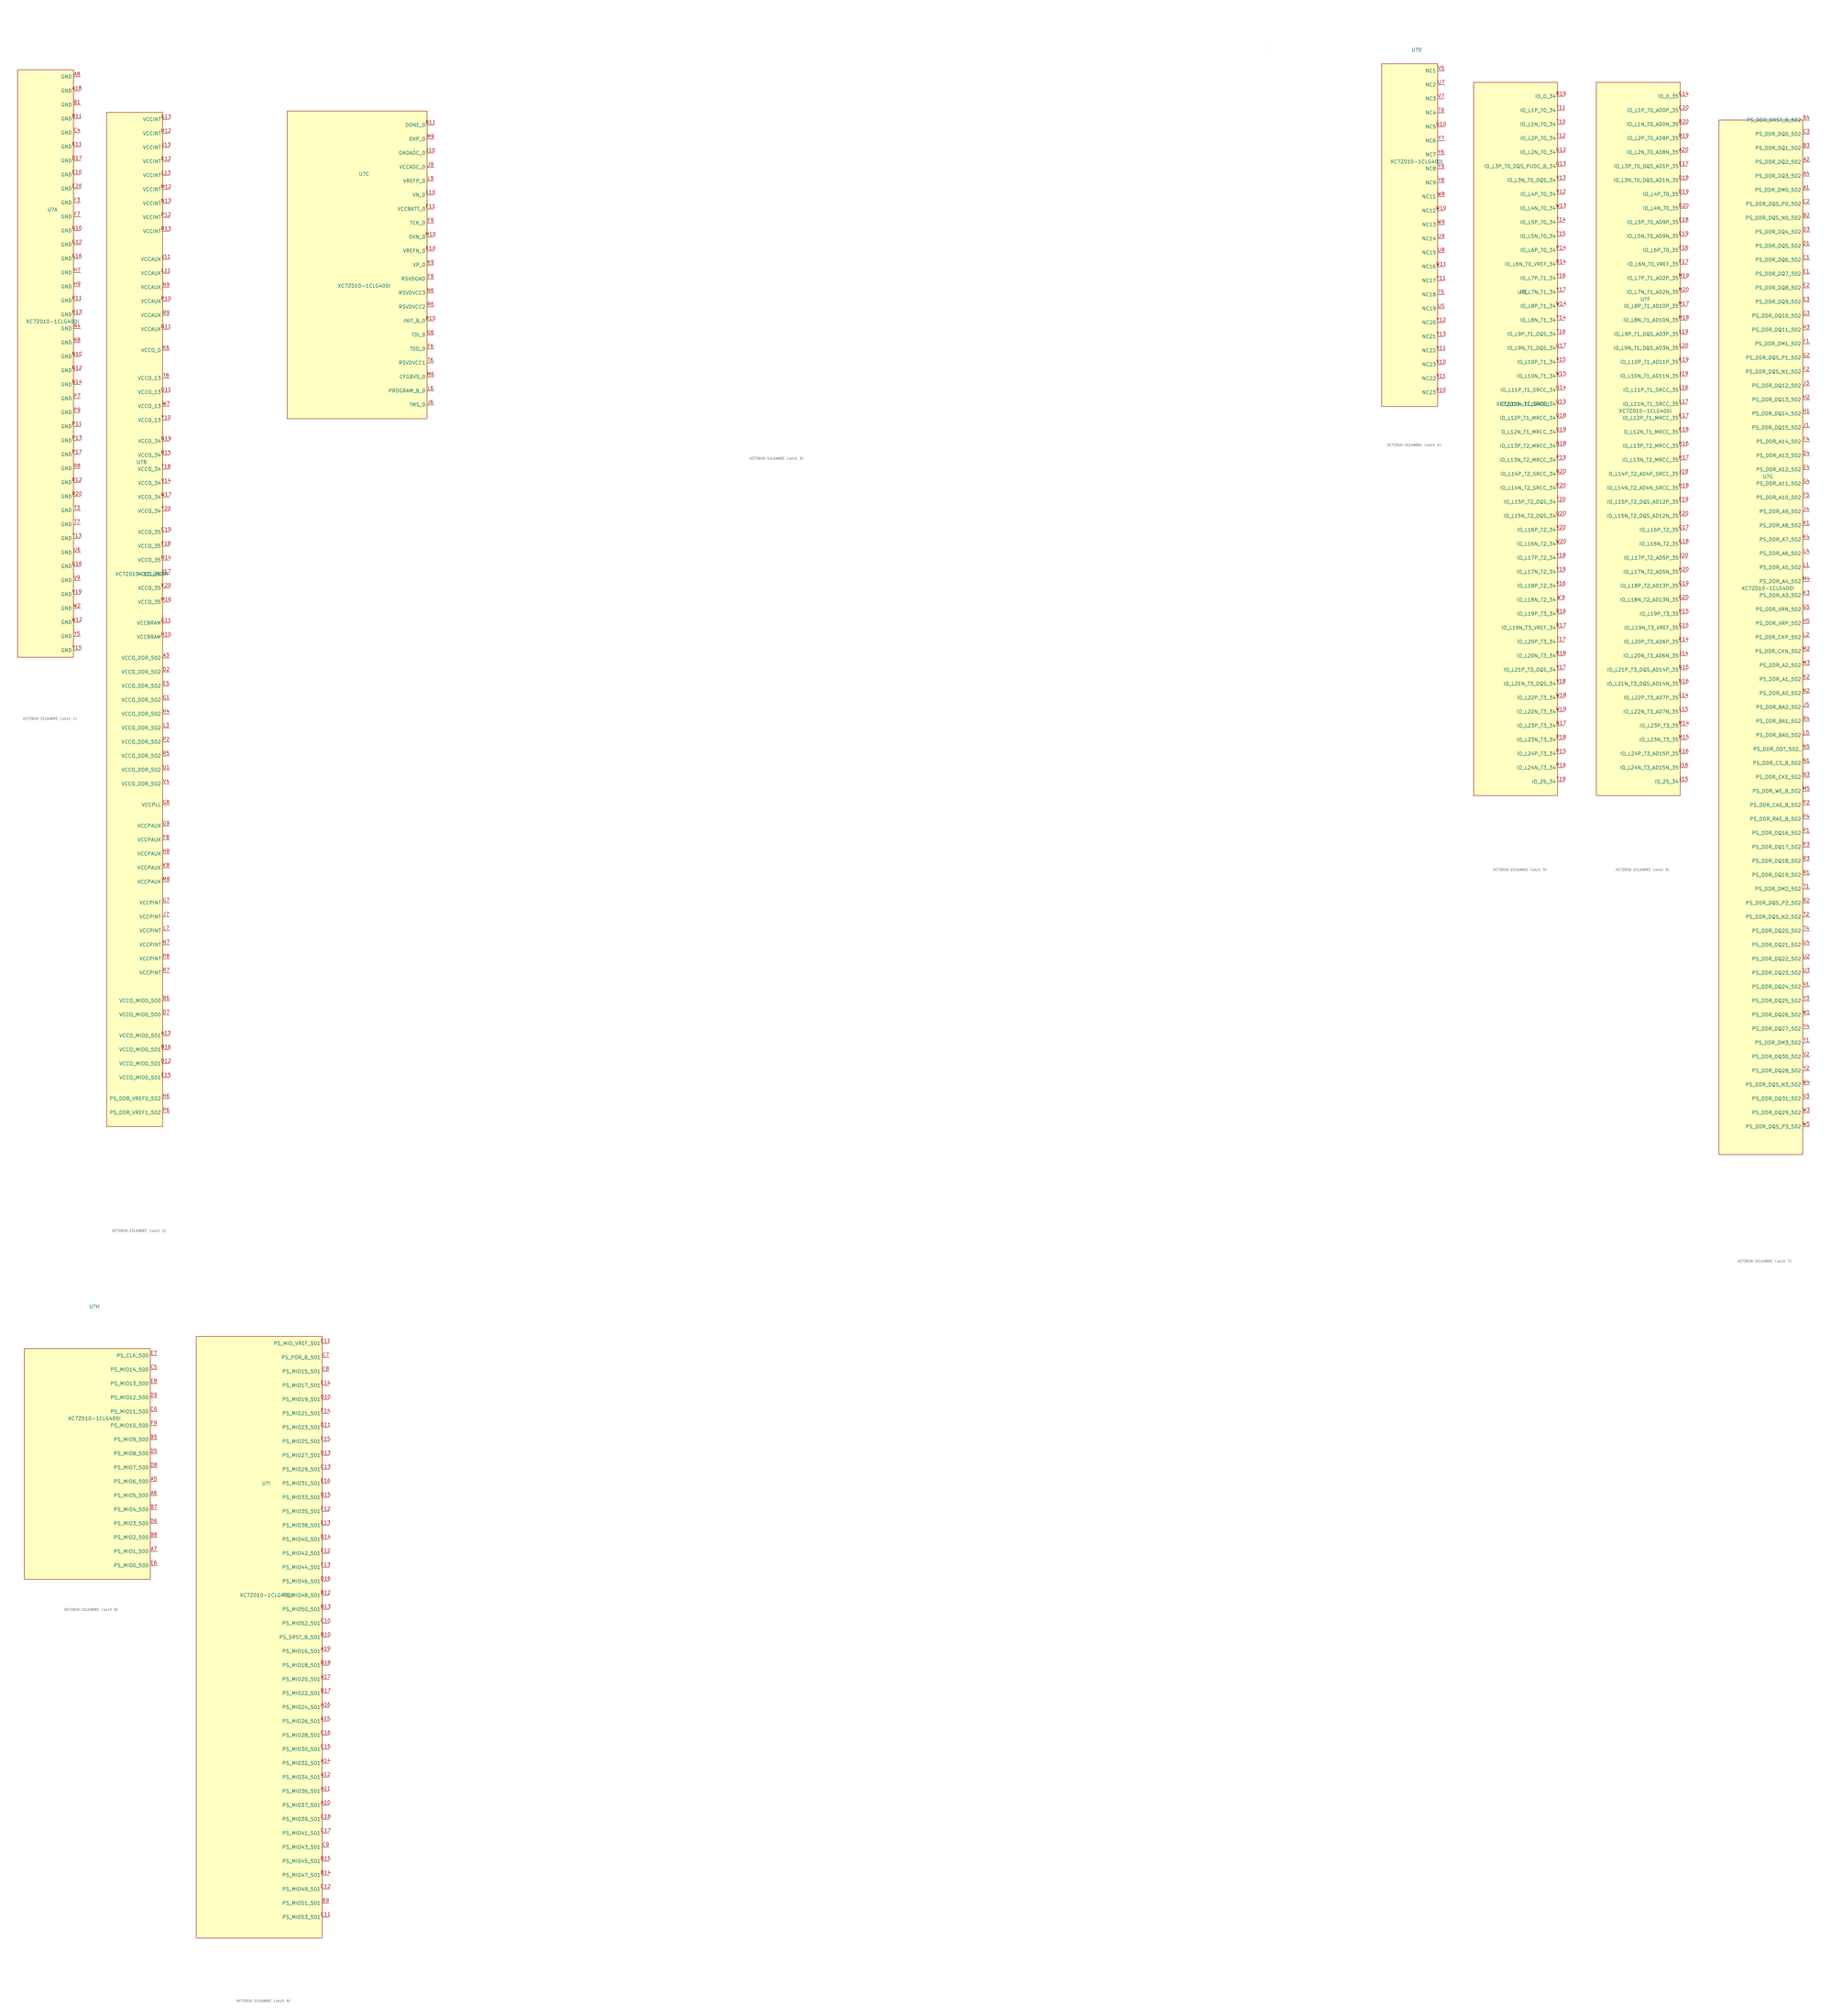
<source format=kicad_sym>
(kicad_symbol_lib
  (version 20220914)
  (generator kicad_symbol_editor)
  (symbol "XC7Z010-1CLG400I"
    (property "Reference" "U"
      (at 2.54 55.88 0)
      (effects (font (size 1.27 1.27))))
    (property "Value" "XC7Z010-1CLG400I"
      (at 2.54 15.24 0)
      (do_not_autoplace)
      (effects (font (size 1.27 1.27))))
    (symbol "XC7Z010-1CLG400I_1_1"
      (rectangle (start -10.16 106.68) (end 10.16 -106.68) (stroke (width 0) (type default)) (fill (type background)))
      (pin power_in line (at 12.7 99.06 180) (length 2.54) (name "GND" (effects (font (size 1.27 1.27)))) (number "A18" (effects (font (size 1.27 1.27)))))
      (pin power_in line (at 12.7 104.14 180) (length 2.54) (name "GND" (effects (font (size 1.27 1.27)))) (number "A8" (effects (font (size 1.27 1.27)))))
      (pin power_in line (at 12.7 93.98 180) (length 2.54) (name "GND" (effects (font (size 1.27 1.27)))) (number "B1" (effects (font (size 1.27 1.27)))))
      (pin power_in line (at 12.7 88.9 180) (length 2.54) (name "GND" (effects (font (size 1.27 1.27)))) (number "B11" (effects (font (size 1.27 1.27)))))
      (pin power_in line (at 12.7 83.82 180) (length 2.54) (name "GND" (effects (font (size 1.27 1.27)))) (number "C4" (effects (font (size 1.27 1.27)))))
      (pin power_in line (at 12.7 73.66 180) (length 2.54) (name "GND" (effects (font (size 1.27 1.27)))) (number "D17" (effects (font (size 1.27 1.27)))))
      (pin power_in line (at 12.7 68.58 180) (length 2.54) (name "GND" (effects (font (size 1.27 1.27)))) (number "E10" (effects (font (size 1.27 1.27)))))
      (pin power_in line (at 12.7 63.5 180) (length 2.54) (name "GND" (effects (font (size 1.27 1.27)))) (number "E20" (effects (font (size 1.27 1.27)))))
      (pin power_in line (at 12.7 58.42 180) (length 2.54) (name "GND" (effects (font (size 1.27 1.27)))) (number "F3" (effects (font (size 1.27 1.27)))))
      (pin power_in line (at 12.7 53.34 180) (length 2.54) (name "GND" (effects (font (size 1.27 1.27)))) (number "F7" (effects (font (size 1.27 1.27)))))
      (pin power_in line (at 12.7 48.26 180) (length 2.54) (name "GND" (effects (font (size 1.27 1.27)))) (number "G10" (effects (font (size 1.27 1.27)))))
      (pin power_in line (at 12.7 43.18 180) (length 2.54) (name "GND" (effects (font (size 1.27 1.27)))) (number "G12" (effects (font (size 1.27 1.27)))))
      (pin power_in line (at 12.7 38.1 180) (length 2.54) (name "GND" (effects (font (size 1.27 1.27)))) (number "G16" (effects (font (size 1.27 1.27)))))
      (pin power_in line (at 12.7 22.86 180) (length 2.54) (name "GND" (effects (font (size 1.27 1.27)))) (number "H11" (effects (font (size 1.27 1.27)))))
      (pin power_in line (at 12.7 17.78 180) (length 2.54) (name "GND" (effects (font (size 1.27 1.27)))) (number "H13" (effects (font (size 1.27 1.27)))))
      (pin power_in line (at 12.7 33.02 180) (length 2.54) (name "GND" (effects (font (size 1.27 1.27)))) (number "H7" (effects (font (size 1.27 1.27)))))
      (pin power_in line (at 12.7 27.94 180) (length 2.54) (name "GND" (effects (font (size 1.27 1.27)))) (number "H9" (effects (font (size 1.27 1.27)))))
      (pin power_in line (at 12.7 78.74 180) (length 2.54) (name "GND" (effects (font (size 1.27 1.27)))) (number "K11" (effects (font (size 1.27 1.27)))))
      (pin power_in line (at 12.7 2.54 180) (length 2.54) (name "GND" (effects (font (size 1.27 1.27)))) (number "N10" (effects (font (size 1.27 1.27)))))
      (pin power_in line (at 12.7 -2.54 180) (length 2.54) (name "GND" (effects (font (size 1.27 1.27)))) (number "N12" (effects (font (size 1.27 1.27)))))
      (pin power_in line (at 12.7 -7.62 180) (length 2.54) (name "GND" (effects (font (size 1.27 1.27)))) (number "N14" (effects (font (size 1.27 1.27)))))
      (pin power_in line (at 12.7 12.7 180) (length 2.54) (name "GND" (effects (font (size 1.27 1.27)))) (number "N4" (effects (font (size 1.27 1.27)))))
      (pin power_in line (at 12.7 7.62 180) (length 2.54) (name "GND" (effects (font (size 1.27 1.27)))) (number "N8" (effects (font (size 1.27 1.27)))))
      (pin power_in line (at 12.7 -22.86 180) (length 2.54) (name "GND" (effects (font (size 1.27 1.27)))) (number "P11" (effects (font (size 1.27 1.27)))))
      (pin power_in line (at 12.7 -27.94 180) (length 2.54) (name "GND" (effects (font (size 1.27 1.27)))) (number "P13" (effects (font (size 1.27 1.27)))))
      (pin power_in line (at 12.7 -33.02 180) (length 2.54) (name "GND" (effects (font (size 1.27 1.27)))) (number "P17" (effects (font (size 1.27 1.27)))))
      (pin power_in line (at 12.7 -12.7 180) (length 2.54) (name "GND" (effects (font (size 1.27 1.27)))) (number "P7" (effects (font (size 1.27 1.27)))))
      (pin power_in line (at 12.7 -17.78 180) (length 2.54) (name "GND" (effects (font (size 1.27 1.27)))) (number "P9" (effects (font (size 1.27 1.27)))))
      (pin power_in line (at 12.7 -43.18 180) (length 2.54) (name "GND" (effects (font (size 1.27 1.27)))) (number "R12" (effects (font (size 1.27 1.27)))))
      (pin power_in line (at 12.7 -48.26 180) (length 2.54) (name "GND" (effects (font (size 1.27 1.27)))) (number "R20" (effects (font (size 1.27 1.27)))))
      (pin power_in line (at 12.7 -38.1 180) (length 2.54) (name "GND" (effects (font (size 1.27 1.27)))) (number "R8" (effects (font (size 1.27 1.27)))))
      (pin power_in line (at 12.7 -63.5 180) (length 2.54) (name "GND" (effects (font (size 1.27 1.27)))) (number "T13" (effects (font (size 1.27 1.27)))))
      (pin power_in line (at 12.7 -53.34 180) (length 2.54) (name "GND" (effects (font (size 1.27 1.27)))) (number "T3" (effects (font (size 1.27 1.27)))))
      (pin power_in line (at 12.7 -58.42 180) (length 2.54) (name "GND" (effects (font (size 1.27 1.27)))) (number "T7" (effects (font (size 1.27 1.27)))))
      (pin power_in line (at 12.7 -73.66 180) (length 2.54) (name "GND" (effects (font (size 1.27 1.27)))) (number "U16" (effects (font (size 1.27 1.27)))))
      (pin power_in line (at 12.7 -68.58 180) (length 2.54) (name "GND" (effects (font (size 1.27 1.27)))) (number "U6" (effects (font (size 1.27 1.27)))))
      (pin power_in line (at 12.7 -83.82 180) (length 2.54) (name "GND" (effects (font (size 1.27 1.27)))) (number "V19" (effects (font (size 1.27 1.27)))))
      (pin power_in line (at 12.7 -78.74 180) (length 2.54) (name "GND" (effects (font (size 1.27 1.27)))) (number "V9" (effects (font (size 1.27 1.27)))))
      (pin power_in line (at 12.7 -93.98 180) (length 2.54) (name "GND" (effects (font (size 1.27 1.27)))) (number "W12" (effects (font (size 1.27 1.27)))))
      (pin power_in line (at 12.7 -88.9 180) (length 2.54) (name "GND" (effects (font (size 1.27 1.27)))) (number "W2" (effects (font (size 1.27 1.27)))))
      (pin power_in line (at 12.7 -104.14 180) (length 2.54) (name "GND" (effects (font (size 1.27 1.27)))) (number "Y15" (effects (font (size 1.27 1.27)))))
      (pin power_in line (at 12.7 -99.06 180) (length 2.54) (name "GND" (effects (font (size 1.27 1.27)))) (number "Y5" (effects (font (size 1.27 1.27))))))
    (symbol "XC7Z010-1CLG400I_2_1"
      (rectangle (start -10.16 182.88) (end 10.16 -185.42) (stroke (width 0) (type default)) (fill (type background)))
      (pin power_in line (at 12.7 -152.4 180) (length 2.54) (name "VCCO_MIO0_501" (effects (font (size 1.27 1.27)))) (number "A13" (effects (font (size 1.27 1.27)))))
      (pin power_in line (at 12.7 -15.24 180) (length 2.54) (name "VCCO_DDR_502" (effects (font (size 1.27 1.27)))) (number "A3" (effects (font (size 1.27 1.27)))))
      (pin power_in line (at 12.7 -157.48 180) (length 2.54) (name "VCCO_MIO0_501" (effects (font (size 1.27 1.27)))) (number "B16" (effects (font (size 1.27 1.27)))))
      (pin power_in line (at 12.7 -139.7 180) (length 2.54) (name "VCCO_MIO0_500" (effects (font (size 1.27 1.27)))) (number "B6" (effects (font (size 1.27 1.27)))))
      (pin power_in line (at 12.7 30.48 180) (length 2.54) (name "VCCO_35" (effects (font (size 1.27 1.27)))) (number "C19" (effects (font (size 1.27 1.27)))))
      (pin power_in line (at 12.7 -162.56 180) (length 2.54) (name "VCCO_MIO0_501" (effects (font (size 1.27 1.27)))) (number "D12" (effects (font (size 1.27 1.27)))))
      (pin power_in line (at 12.7 -20.32 180) (length 2.54) (name "VCCO_DDR_502" (effects (font (size 1.27 1.27)))) (number "D2" (effects (font (size 1.27 1.27)))))
      (pin power_in line (at 12.7 -144.78 180) (length 2.54) (name "VCCO_MIO0_500" (effects (font (size 1.27 1.27)))) (number "D7" (effects (font (size 1.27 1.27)))))
      (pin power_in line (at 12.7 -167.64 180) (length 2.54) (name "VCCO_MIO0_501" (effects (font (size 1.27 1.27)))) (number "E15" (effects (font (size 1.27 1.27)))))
      (pin power_in line (at 12.7 -25.4 180) (length 2.54) (name "VCCO_DDR_502" (effects (font (size 1.27 1.27)))) (number "E5" (effects (font (size 1.27 1.27)))))
      (pin power_in line (at 12.7 25.4 180) (length 2.54) (name "VCCO_35" (effects (font (size 1.27 1.27)))) (number "F18" (effects (font (size 1.27 1.27)))))
      (pin power_in line (at 12.7 -81.28 180) (length 2.54) (name "VCCPAUX" (effects (font (size 1.27 1.27)))) (number "F8" (effects (font (size 1.27 1.27)))))
      (pin power_in line (at 12.7 -30.48 180) (length 2.54) (name "VCCO_DDR_502" (effects (font (size 1.27 1.27)))) (number "G1" (effects (font (size 1.27 1.27)))))
      (pin power_in line (at 12.7 -2.54 180) (length 2.54) (name "VCCBRAM" (effects (font (size 1.27 1.27)))) (number "G11" (effects (font (size 1.27 1.27)))))
      (pin power_in line (at 12.7 180.34 180) (length 2.54) (name "VCCINT" (effects (font (size 1.27 1.27)))) (number "G13" (effects (font (size 1.27 1.27)))))
      (pin power_in line (at 12.7 -104.14 180) (length 2.54) (name "VCCPINT" (effects (font (size 1.27 1.27)))) (number "G7" (effects (font (size 1.27 1.27)))))
      (pin power_in line (at 12.7 -68.58 180) (length 2.54) (name "VCCPLL" (effects (font (size 1.27 1.27)))) (number "G8" (effects (font (size 1.27 1.27)))))
      (pin power_in line (at 12.7 -76.2 180) (length 2.54) (name "VCCPAUX" (effects (font (size 1.27 1.27)))) (number "G9" (effects (font (size 1.27 1.27)))))
      (pin power_in line (at 12.7 -7.62 180) (length 2.54) (name "VCCBRAM" (effects (font (size 1.27 1.27)))) (number "H10" (effects (font (size 1.27 1.27)))))
      (pin power_in line (at 12.7 175.26 180) (length 2.54) (name "VCCINT" (effects (font (size 1.27 1.27)))) (number "H12" (effects (font (size 1.27 1.27)))))
      (pin power_in line (at 12.7 20.32 180) (length 2.54) (name "VCCO_35" (effects (font (size 1.27 1.27)))) (number "H14" (effects (font (size 1.27 1.27)))))
      (pin power_in line (at 12.7 -35.56 180) (length 2.54) (name "VCCO_DDR_502" (effects (font (size 1.27 1.27)))) (number "H4" (effects (font (size 1.27 1.27)))))
      (pin power_in line (at 12.7 -175.26 180) (length 2.54) (name "PS_DDR_VREF0_502" (effects (font (size 1.27 1.27)))) (number "H6" (effects (font (size 1.27 1.27)))))
      (pin power_in line (at 12.7 -86.36 180) (length 2.54) (name "VCCPAUX" (effects (font (size 1.27 1.27)))) (number "H8" (effects (font (size 1.27 1.27)))))
      (pin power_in line (at 12.7 129.54 180) (length 2.54) (name "VCCAUX" (effects (font (size 1.27 1.27)))) (number "J11" (effects (font (size 1.27 1.27)))))
      (pin power_in line (at 12.7 170.18 180) (length 2.54) (name "VCCINT" (effects (font (size 1.27 1.27)))) (number "J13" (effects (font (size 1.27 1.27)))))
      (pin power_in line (at 12.7 15.24 180) (length 2.54) (name "VCCO_35" (effects (font (size 1.27 1.27)))) (number "J17" (effects (font (size 1.27 1.27)))))
      (pin power_in line (at 12.7 -109.22 180) (length 2.54) (name "VCCPINT" (effects (font (size 1.27 1.27)))) (number "J7" (effects (font (size 1.27 1.27)))))
      (pin power_in line (at 12.7 165.1 180) (length 2.54) (name "VCCINT" (effects (font (size 1.27 1.27)))) (number "K12" (effects (font (size 1.27 1.27)))))
      (pin power_in line (at 12.7 10.16 180) (length 2.54) (name "VCCO_35" (effects (font (size 1.27 1.27)))) (number "K20" (effects (font (size 1.27 1.27)))))
      (pin power_in line (at 12.7 96.52 180) (length 2.54) (name "VCCO_0" (effects (font (size 1.27 1.27)))) (number "K6" (effects (font (size 1.27 1.27)))))
      (pin power_in line (at 12.7 -91.44 180) (length 2.54) (name "VCCPAUX" (effects (font (size 1.27 1.27)))) (number "K8" (effects (font (size 1.27 1.27)))))
      (pin power_in line (at 12.7 124.46 180) (length 2.54) (name "VCCAUX" (effects (font (size 1.27 1.27)))) (number "L11" (effects (font (size 1.27 1.27)))))
      (pin power_in line (at 12.7 160.02 180) (length 2.54) (name "VCCINT" (effects (font (size 1.27 1.27)))) (number "L13" (effects (font (size 1.27 1.27)))))
      (pin power_in line (at 12.7 -40.64 180) (length 2.54) (name "VCCO_DDR_502" (effects (font (size 1.27 1.27)))) (number "L3" (effects (font (size 1.27 1.27)))))
      (pin power_in line (at 12.7 -114.3 180) (length 2.54) (name "VCCPINT" (effects (font (size 1.27 1.27)))) (number "L7" (effects (font (size 1.27 1.27)))))
      (pin power_in line (at 12.7 154.94 180) (length 2.54) (name "VCCINT" (effects (font (size 1.27 1.27)))) (number "M12" (effects (font (size 1.27 1.27)))))
      (pin power_in line (at 12.7 5.08 180) (length 2.54) (name "VCCO_35" (effects (font (size 1.27 1.27)))) (number "M16" (effects (font (size 1.27 1.27)))))
      (pin power_in line (at 12.7 -96.52 180) (length 2.54) (name "VCCPAUX" (effects (font (size 1.27 1.27)))) (number "M8" (effects (font (size 1.27 1.27)))))
      (pin power_in line (at 12.7 104.14 180) (length 2.54) (name "VCCAUX" (effects (font (size 1.27 1.27)))) (number "N11" (effects (font (size 1.27 1.27)))))
      (pin power_in line (at 12.7 149.86 180) (length 2.54) (name "VCCINT" (effects (font (size 1.27 1.27)))) (number "N13" (effects (font (size 1.27 1.27)))))
      (pin power_in line (at 12.7 63.5 180) (length 2.54) (name "VCCO_34" (effects (font (size 1.27 1.27)))) (number "N19" (effects (font (size 1.27 1.27)))))
      (pin power_in line (at 12.7 -119.38 180) (length 2.54) (name "VCCPINT" (effects (font (size 1.27 1.27)))) (number "N7" (effects (font (size 1.27 1.27)))))
      (pin power_in line (at 12.7 119.38 180) (length 2.54) (name "VCCAUX" (effects (font (size 1.27 1.27)))) (number "N9" (effects (font (size 1.27 1.27)))))
      (pin power_in line (at 12.7 114.3 180) (length 2.54) (name "VCCAUX" (effects (font (size 1.27 1.27)))) (number "P10" (effects (font (size 1.27 1.27)))))
      (pin power_in line (at 12.7 144.78 180) (length 2.54) (name "VCCINT" (effects (font (size 1.27 1.27)))) (number "P12" (effects (font (size 1.27 1.27)))))
      (pin power_in line (at 12.7 -45.72 180) (length 2.54) (name "VCCO_DDR_502" (effects (font (size 1.27 1.27)))) (number "P2" (effects (font (size 1.27 1.27)))))
      (pin power_in line (at 12.7 -180.34 180) (length 2.54) (name "PS_DDR_VREF1_502" (effects (font (size 1.27 1.27)))) (number "P6" (effects (font (size 1.27 1.27)))))
      (pin power_in line (at 12.7 -124.46 180) (length 2.54) (name "VCCPINT" (effects (font (size 1.27 1.27)))) (number "P8" (effects (font (size 1.27 1.27)))))
      (pin power_in line (at 12.7 139.7 180) (length 2.54) (name "VCCINT" (effects (font (size 1.27 1.27)))) (number "R13" (effects (font (size 1.27 1.27)))))
      (pin power_in line (at 12.7 58.42 180) (length 2.54) (name "VCCO_34" (effects (font (size 1.27 1.27)))) (number "R15" (effects (font (size 1.27 1.27)))))
      (pin power_in line (at 12.7 -50.8 180) (length 2.54) (name "VCCO_DDR_502" (effects (font (size 1.27 1.27)))) (number "R5" (effects (font (size 1.27 1.27)))))
      (pin power_in line (at 12.7 -129.54 180) (length 2.54) (name "VCCPINT" (effects (font (size 1.27 1.27)))) (number "R7" (effects (font (size 1.27 1.27)))))
      (pin power_in line (at 12.7 109.22 180) (length 2.54) (name "VCCAUX" (effects (font (size 1.27 1.27)))) (number "R9" (effects (font (size 1.27 1.27)))))
      (pin power_in line (at 12.7 53.34 180) (length 2.54) (name "VCCO_34" (effects (font (size 1.27 1.27)))) (number "T18" (effects (font (size 1.27 1.27)))))
      (pin power_in line (at 12.7 86.36 180) (length 2.54) (name "VCCO_13" (effects (font (size 1.27 1.27)))) (number "T8" (effects (font (size 1.27 1.27)))))
      (pin power_in line (at 12.7 -55.88 180) (length 2.54) (name "VCCO_DDR_502" (effects (font (size 1.27 1.27)))) (number "U1" (effects (font (size 1.27 1.27)))))
      (pin power_in line (at 12.7 81.28 180) (length 2.54) (name "VCCO_13" (effects (font (size 1.27 1.27)))) (number "U11" (effects (font (size 1.27 1.27)))))
      (pin power_in line (at 12.7 48.26 180) (length 2.54) (name "VCCO_34" (effects (font (size 1.27 1.27)))) (number "V14" (effects (font (size 1.27 1.27)))))
      (pin power_in line (at 12.7 -60.96 180) (length 2.54) (name "VCCO_DDR_502" (effects (font (size 1.27 1.27)))) (number "V4" (effects (font (size 1.27 1.27)))))
      (pin power_in line (at 12.7 43.18 180) (length 2.54) (name "VCCO_34" (effects (font (size 1.27 1.27)))) (number "W17" (effects (font (size 1.27 1.27)))))
      (pin power_in line (at 12.7 76.2 180) (length 2.54) (name "VCCO_13" (effects (font (size 1.27 1.27)))) (number "W7" (effects (font (size 1.27 1.27)))))
      (pin power_in line (at 12.7 71.12 180) (length 2.54) (name "VCCO_13" (effects (font (size 1.27 1.27)))) (number "Y10" (effects (font (size 1.27 1.27)))))
      (pin power_in line (at 12.7 38.1 180) (length 2.54) (name "VCCO_34" (effects (font (size 1.27 1.27)))) (number "Y20" (effects (font (size 1.27 1.27))))))
    (symbol "XC7Z010-1CLG400I_3_1"
      (rectangle (start -25.4 78.74) (end 25.4 -33.02) (stroke (width 0) (type default)) (fill (type background)))
      (rectangle (start 330.2 101.6) (end 330.2 101.6) (stroke (width 0) (type default)) (fill (type none)))
      (pin power_in line (at 27.94 -2.54 180) (length 2.54) (name "" (effects (font (size 1.27 1.27)))) (number "" (effects (font (size 1.27 1.27)))))
      (pin power_in line (at 27.94 22.86 180) (length 2.54) (name "" (effects (font (size 1.27 1.27)))) (number "" (effects (font (size 1.27 1.27)))))
      (pin power_in line (at 27.94 58.42 180) (length 2.54) (name "" (effects (font (size 1.27 1.27)))) (number "" (effects (font (size 1.27 1.27)))))
      (pin power_in line (at 27.94 43.18 180) (length 2.54) (name "VCCBATT_0" (effects (font (size 1.27 1.27)))) (number "F11" (effects (font (size 1.27 1.27)))))
      (pin power_in line (at 27.94 -7.62 180) (length 2.54) (name "TDO_0" (effects (font (size 1.27 1.27)))) (number "F6" (effects (font (size 1.27 1.27)))))
      (pin power_in line (at 27.94 17.78 180) (length 2.54) (name "RSVDGND" (effects (font (size 1.27 1.27)))) (number "F9" (effects (font (size 1.27 1.27)))))
      (pin power_in line (at 27.94 38.1 180) (length 2.54) (name "TCK_0" (effects (font (size 1.27 1.27)))) (number "F9" (effects (font (size 1.27 1.27)))))
      (pin power_in line (at 27.94 -2.54 180) (length 2.54) (name "TDI_0" (effects (font (size 1.27 1.27)))) (number "G6" (effects (font (size 1.27 1.27)))))
      (pin power_in line (at 27.94 63.5 180) (length 2.54) (name "GNDADC_0" (effects (font (size 1.27 1.27)))) (number "J10" (effects (font (size 1.27 1.27)))))
      (pin power_in line (at 27.94 -27.94 180) (length 2.54) (name "TMS_0" (effects (font (size 1.27 1.27)))) (number "J6" (effects (font (size 1.27 1.27)))))
      (pin power_in line (at 27.94 58.42 180) (length 2.54) (name "VCCADC_0" (effects (font (size 1.27 1.27)))) (number "J9" (effects (font (size 1.27 1.27)))))
      (pin power_in line (at 27.94 27.94 180) (length 2.54) (name "VREFN_0" (effects (font (size 1.27 1.27)))) (number "K10" (effects (font (size 1.27 1.27)))))
      (pin power_in line (at 27.94 22.86 180) (length 2.54) (name "VP_0" (effects (font (size 1.27 1.27)))) (number "K9" (effects (font (size 1.27 1.27)))))
      (pin power_in line (at 27.94 48.26 180) (length 2.54) (name "VN_0" (effects (font (size 1.27 1.27)))) (number "L10" (effects (font (size 1.27 1.27)))))
      (pin power_in line (at 27.94 -22.86 180) (length 2.54) (name "PROGRAM_B_0" (effects (font (size 1.27 1.27)))) (number "L6" (effects (font (size 1.27 1.27)))))
      (pin power_in line (at 27.94 53.34 180) (length 2.54) (name "VREFP_0" (effects (font (size 1.27 1.27)))) (number "L9" (effects (font (size 1.27 1.27)))))
      (pin power_in line (at 27.94 33.02 180) (length 2.54) (name "DXN_0" (effects (font (size 1.27 1.27)))) (number "M10" (effects (font (size 1.27 1.27)))))
      (pin power_in line (at 27.94 -17.78 180) (length 2.54) (name "CFGBVS_0" (effects (font (size 1.27 1.27)))) (number "M6" (effects (font (size 1.27 1.27)))))
      (pin power_in line (at 27.94 68.58 180) (length 2.54) (name "DXP_0" (effects (font (size 1.27 1.27)))) (number "M9" (effects (font (size 1.27 1.27)))))
      (pin power_in line (at 27.94 12.7 180) (length 2.54) (name "RSVDVCC3" (effects (font (size 1.27 1.27)))) (number "N6" (effects (font (size 1.27 1.27)))))
      (pin power_in line (at 27.94 2.54 180) (length 2.54) (name "INIT_B_0" (effects (font (size 1.27 1.27)))) (number "R10" (effects (font (size 1.27 1.27)))))
      (pin power_in line (at 27.94 73.66 180) (length 2.54) (name "DONE_0" (effects (font (size 1.27 1.27)))) (number "R11" (effects (font (size 1.27 1.27)))))
      (pin power_in line (at 27.94 7.62 180) (length 2.54) (name "RSVDVCC2" (effects (font (size 1.27 1.27)))) (number "R6" (effects (font (size 1.27 1.27)))))
      (pin power_in line (at 27.94 -12.7 180) (length 2.54) (name "RSVDVCC1" (effects (font (size 1.27 1.27)))) (number "T6" (effects (font (size 1.27 1.27))))))
    (symbol "XC7Z010-1CLG400I_4_1"
      (rectangle (start -10.16 50.8) (end 10.16 -73.66) (stroke (width 0) (type default)) (fill (type background)))
      (pin power_in line (at 12.7 -33.02 180) (length 2.54) (name "NC18" (effects (font (size 1.27 1.27)))) (number "T5" (effects (font (size 1.27 1.27)))))
      (pin power_in line (at 12.7 33.02 180) (length 2.54) (name "NC4" (effects (font (size 1.27 1.27)))) (number "T9" (effects (font (size 1.27 1.27)))))
      (pin power_in line (at 12.7 27.94 180) (length 2.54) (name "NC5" (effects (font (size 1.27 1.27)))) (number "U10" (effects (font (size 1.27 1.27)))))
      (pin power_in line (at 12.7 -38.1 180) (length 2.54) (name "NC19" (effects (font (size 1.27 1.27)))) (number "U5" (effects (font (size 1.27 1.27)))))
      (pin power_in line (at 12.7 43.18 180) (length 2.54) (name "NC2" (effects (font (size 1.27 1.27)))) (number "U7" (effects (font (size 1.27 1.27)))))
      (pin power_in line (at 12.7 -17.78 180) (length 2.54) (name "NC15" (effects (font (size 1.27 1.27)))) (number "U8" (effects (font (size 1.27 1.27)))))
      (pin power_in line (at 12.7 -12.7 180) (length 2.54) (name "NC14" (effects (font (size 1.27 1.27)))) (number "U9" (effects (font (size 1.27 1.27)))))
      (pin power_in line (at 12.7 -68.58 180) (length 2.54) (name "NC23" (effects (font (size 1.27 1.27)))) (number "V10" (effects (font (size 1.27 1.27)))))
      (pin power_in line (at 12.7 -58.42 180) (length 2.54) (name "NC23" (effects (font (size 1.27 1.27)))) (number "V10" (effects (font (size 1.27 1.27)))))
      (pin power_in line (at 12.7 -63.5 180) (length 2.54) (name "NC22" (effects (font (size 1.27 1.27)))) (number "V11" (effects (font (size 1.27 1.27)))))
      (pin power_in line (at 12.7 -53.34 180) (length 2.54) (name "NC22" (effects (font (size 1.27 1.27)))) (number "V11" (effects (font (size 1.27 1.27)))))
      (pin power_in line (at 12.7 48.26 180) (length 2.54) (name "NC1" (effects (font (size 1.27 1.27)))) (number "V5" (effects (font (size 1.27 1.27)))))
      (pin power_in line (at 12.7 38.1 180) (length 2.54) (name "NC3" (effects (font (size 1.27 1.27)))) (number "V7" (effects (font (size 1.27 1.27)))))
      (pin power_in line (at 12.7 -2.54 180) (length 2.54) (name "NC12" (effects (font (size 1.27 1.27)))) (number "W10" (effects (font (size 1.27 1.27)))))
      (pin power_in line (at 12.7 -22.86 180) (length 2.54) (name "NC16" (effects (font (size 1.27 1.27)))) (number "W11" (effects (font (size 1.27 1.27)))))
      (pin power_in line (at 12.7 2.54 180) (length 2.54) (name "NC11" (effects (font (size 1.27 1.27)))) (number "W8" (effects (font (size 1.27 1.27)))))
      (pin power_in line (at 12.7 -7.62 180) (length 2.54) (name "NC13" (effects (font (size 1.27 1.27)))) (number "W9" (effects (font (size 1.27 1.27)))))
      (pin power_in line (at 12.7 -27.94 180) (length 2.54) (name "NC17" (effects (font (size 1.27 1.27)))) (number "Y11" (effects (font (size 1.27 1.27)))))
      (pin power_in line (at 12.7 -43.18 180) (length 2.54) (name "NC20" (effects (font (size 1.27 1.27)))) (number "Y12" (effects (font (size 1.27 1.27)))))
      (pin power_in line (at 12.7 -48.26 180) (length 2.54) (name "NC21" (effects (font (size 1.27 1.27)))) (number "Y13" (effects (font (size 1.27 1.27)))))
      (pin power_in line (at 12.7 17.78 180) (length 2.54) (name "NC7" (effects (font (size 1.27 1.27)))) (number "Y6" (effects (font (size 1.27 1.27)))))
      (pin power_in line (at 12.7 22.86 180) (length 2.54) (name "NC6" (effects (font (size 1.27 1.27)))) (number "Y7" (effects (font (size 1.27 1.27)))))
      (pin power_in line (at 12.7 7.62 180) (length 2.54) (name "NC9" (effects (font (size 1.27 1.27)))) (number "Y8" (effects (font (size 1.27 1.27)))))
      (pin power_in line (at 12.7 12.7 180) (length 2.54) (name "NC8" (effects (font (size 1.27 1.27)))) (number "Y9" (effects (font (size 1.27 1.27))))))
    (symbol "XC7Z010-1CLG400I_5_1"
      (rectangle (start -15.24 132.08) (end 15.24 -127) (stroke (width 0) (type default)) (fill (type background)))
      (pin bidirectional line (at 17.78 -101.6 180) (length 2.54) (name "IO_L23P_T3_34" (effects (font (size 1.27 1.27)))) (number "N17" (effects (font (size 1.27 1.27)))))
      (pin power_in line (at 17.78 0 180) (length 2.54) (name "IO_L13P_T2_MRCC_34" (effects (font (size 1.27 1.27)))) (number "N18" (effects (font (size 1.27 1.27)))))
      (pin power_in line (at 17.78 -10.16 180) (length 2.54) (name "IO_L14P_T2_SRCC_34" (effects (font (size 1.27 1.27)))) (number "N20" (effects (font (size 1.27 1.27)))))
      (pin bidirectional line (at 17.78 71.12 180) (length 2.54) (name "IO_L6P_T0_34" (effects (font (size 1.27 1.27)))) (number "P14" (effects (font (size 1.27 1.27)))))
      (pin bidirectional line (at 17.78 -111.76 180) (length 2.54) (name "IO_L24P_T3_34" (effects (font (size 1.27 1.27)))) (number "P15" (effects (font (size 1.27 1.27)))))
      (pin bidirectional line (at 17.78 -116.84 180) (length 2.54) (name "IO_L24N_T3_34" (effects (font (size 1.27 1.27)))) (number "P16" (effects (font (size 1.27 1.27)))))
      (pin bidirectional line (at 17.78 -106.68 180) (length 2.54) (name "IO_L23N_T3_34" (effects (font (size 1.27 1.27)))) (number "P18" (effects (font (size 1.27 1.27)))))
      (pin power_in line (at 17.78 -5.08 180) (length 2.54) (name "IO_L13N_T2_MRCC_34" (effects (font (size 1.27 1.27)))) (number "P19" (effects (font (size 1.27 1.27)))))
      (pin power_in line (at 17.78 -15.24 180) (length 2.54) (name "IO_L14N_T2_SRCC_34" (effects (font (size 1.27 1.27)))) (number "P20" (effects (font (size 1.27 1.27)))))
      (pin bidirectional line (at 17.78 66.04 180) (length 2.54) (name "IO_L6N_T0_VREF_34" (effects (font (size 1.27 1.27)))) (number "R14" (effects (font (size 1.27 1.27)))))
      (pin bidirectional line (at 17.78 -60.96 180) (length 2.54) (name "IO_L19P_T3_34" (effects (font (size 1.27 1.27)))) (number "R16" (effects (font (size 1.27 1.27)))))
      (pin bidirectional line (at 17.78 -66.04 180) (length 2.54) (name "IO_L19N_T3_VREF_34" (effects (font (size 1.27 1.27)))) (number "R17" (effects (font (size 1.27 1.27)))))
      (pin bidirectional line (at 17.78 -76.2 180) (length 2.54) (name "IO_L20N_T3_34" (effects (font (size 1.27 1.27)))) (number "R18" (effects (font (size 1.27 1.27)))))
      (pin bidirectional line (at 17.78 127 180) (length 2.54) (name "IO_0_34" (effects (font (size 1.27 1.27)))) (number "R19" (effects (font (size 1.27 1.27)))))
      (pin bidirectional line (at 17.78 116.84 180) (length 2.54) (name "IO_L1N_T0_34" (effects (font (size 1.27 1.27)))) (number "T10" (effects (font (size 1.27 1.27)))))
      (pin bidirectional line (at 17.78 121.92 180) (length 2.54) (name "IO_L1P_T0_34" (effects (font (size 1.27 1.27)))) (number "T11" (effects (font (size 1.27 1.27)))))
      (pin bidirectional line (at 17.78 111.76 180) (length 2.54) (name "IO_L2P_T0_34" (effects (font (size 1.27 1.27)))) (number "T12" (effects (font (size 1.27 1.27)))))
      (pin bidirectional line (at 17.78 81.28 180) (length 2.54) (name "IO_L5P_T0_34" (effects (font (size 1.27 1.27)))) (number "T14" (effects (font (size 1.27 1.27)))))
      (pin bidirectional line (at 17.78 76.2 180) (length 2.54) (name "IO_L5N_T0_34" (effects (font (size 1.27 1.27)))) (number "T15" (effects (font (size 1.27 1.27)))))
      (pin bidirectional line (at 17.78 40.64 180) (length 2.54) (name "IO_L9P_T1_DQS_34" (effects (font (size 1.27 1.27)))) (number "T16" (effects (font (size 1.27 1.27)))))
      (pin bidirectional line (at 17.78 -71.12 180) (length 2.54) (name "IO_L20P_T3_34" (effects (font (size 1.27 1.27)))) (number "T17" (effects (font (size 1.27 1.27)))))
      (pin bidirectional line (at 17.78 -121.92 180) (length 2.54) (name "IO_25_34" (effects (font (size 1.27 1.27)))) (number "T19" (effects (font (size 1.27 1.27)))))
      (pin power_in line (at 17.78 -20.32 180) (length 2.54) (name "IO_L15P_T2_DQS_34" (effects (font (size 1.27 1.27)))) (number "T20" (effects (font (size 1.27 1.27)))))
      (pin bidirectional line (at 17.78 106.68 180) (length 2.54) (name "IO_L2N_T0_34" (effects (font (size 1.27 1.27)))) (number "U12" (effects (font (size 1.27 1.27)))))
      (pin bidirectional line (at 17.78 101.6 180) (length 2.54) (name "IO_L3P_T0_DQS_PUDC_B_34" (effects (font (size 1.27 1.27)))) (number "U13" (effects (font (size 1.27 1.27)))))
      (pin power_in line (at 17.78 20.32 180) (length 2.54) (name "IO_L11P_T1_SRCC_34" (effects (font (size 1.27 1.27)))) (number "U14" (effects (font (size 1.27 1.27)))))
      (pin power_in line (at 17.78 15.24 180) (length 2.54) (name "IO_L11N_T1_SRCC_34" (effects (font (size 1.27 1.27)))) (number "U15" (effects (font (size 1.27 1.27)))))
      (pin bidirectional line (at 17.78 35.56 180) (length 2.54) (name "IO_L9N_T1_DQS_34" (effects (font (size 1.27 1.27)))) (number "U17" (effects (font (size 1.27 1.27)))))
      (pin power_in line (at 17.78 10.16 180) (length 2.54) (name "IO_L12P_T1_MRCC_34" (effects (font (size 1.27 1.27)))) (number "U18" (effects (font (size 1.27 1.27)))))
      (pin power_in line (at 17.78 5.08 180) (length 2.54) (name "O_L12N_T1_MRCC_34" (effects (font (size 1.27 1.27)))) (number "U19" (effects (font (size 1.27 1.27)))))
      (pin power_in line (at 17.78 -25.4 180) (length 2.54) (name "IO_L15N_T2_DQS_34" (effects (font (size 1.27 1.27)))) (number "U20" (effects (font (size 1.27 1.27)))))
      (pin bidirectional line (at 17.78 91.44 180) (length 2.54) (name "IO_L4P_T0_34" (effects (font (size 1.27 1.27)))) (number "V12" (effects (font (size 1.27 1.27)))))
      (pin bidirectional line (at 17.78 96.52 180) (length 2.54) (name "IO_L3N_T0_DQS_34" (effects (font (size 1.27 1.27)))) (number "V13" (effects (font (size 1.27 1.27)))))
      (pin bidirectional line (at 17.78 30.48 180) (length 2.54) (name "IO_L10P_T1_34" (effects (font (size 1.27 1.27)))) (number "V15" (effects (font (size 1.27 1.27)))))
      (pin bidirectional line (at 17.78 -50.8 180) (length 2.54) (name "IO_L18P_T2_34" (effects (font (size 1.27 1.27)))) (number "V16" (effects (font (size 1.27 1.27)))))
      (pin bidirectional line (at 17.78 -81.28 180) (length 2.54) (name "IO_L21P_T3_DQS_34" (effects (font (size 1.27 1.27)))) (number "V17" (effects (font (size 1.27 1.27)))))
      (pin bidirectional line (at 17.78 -86.36 180) (length 2.54) (name "IO_L21N_T3_DQS_34" (effects (font (size 1.27 1.27)))) (number "V18" (effects (font (size 1.27 1.27)))))
      (pin bidirectional line (at 17.78 -30.48 180) (length 2.54) (name "IO_L16P_T2_34" (effects (font (size 1.27 1.27)))) (number "V20" (effects (font (size 1.27 1.27)))))
      (pin bidirectional line (at 17.78 86.36 180) (length 2.54) (name "IO_L4N_T0_34" (effects (font (size 1.27 1.27)))) (number "W13" (effects (font (size 1.27 1.27)))))
      (pin bidirectional line (at 17.78 50.8 180) (length 2.54) (name "IO_L8P_T1_34" (effects (font (size 1.27 1.27)))) (number "W14" (effects (font (size 1.27 1.27)))))
      (pin bidirectional line (at 17.78 25.4 180) (length 2.54) (name "IO_L10N_T1_34" (effects (font (size 1.27 1.27)))) (number "W15" (effects (font (size 1.27 1.27)))))
      (pin bidirectional line (at 17.78 -91.44 180) (length 2.54) (name "IO_L22P_T3_34" (effects (font (size 1.27 1.27)))) (number "W18" (effects (font (size 1.27 1.27)))))
      (pin bidirectional line (at 17.78 -96.52 180) (length 2.54) (name "IO_L22N_T3_34" (effects (font (size 1.27 1.27)))) (number "W19" (effects (font (size 1.27 1.27)))))
      (pin bidirectional line (at 17.78 -35.56 180) (length 2.54) (name "IO_L16N_T2_34" (effects (font (size 1.27 1.27)))) (number "W20" (effects (font (size 1.27 1.27)))))
      (pin bidirectional line (at 17.78 -55.88 180) (length 2.54) (name "IO_L18N_T2_34" (effects (font (size 1.27 1.27)))) (number "W`6" (effects (font (size 1.27 1.27)))))
      (pin bidirectional line (at 17.78 45.72 180) (length 2.54) (name "IO_L8N_T1_34" (effects (font (size 1.27 1.27)))) (number "Y14" (effects (font (size 1.27 1.27)))))
      (pin bidirectional line (at 17.78 60.96 180) (length 2.54) (name "IO_L7P_T1_34" (effects (font (size 1.27 1.27)))) (number "Y16" (effects (font (size 1.27 1.27)))))
      (pin bidirectional line (at 17.78 55.88 180) (length 2.54) (name "IO_L7N_T1_34" (effects (font (size 1.27 1.27)))) (number "Y17" (effects (font (size 1.27 1.27)))))
      (pin bidirectional line (at 17.78 -40.64 180) (length 2.54) (name "IO_L17P_T2_34" (effects (font (size 1.27 1.27)))) (number "Y18" (effects (font (size 1.27 1.27)))))
      (pin bidirectional line (at 17.78 -45.72 180) (length 2.54) (name "IO_L17N_T2_34" (effects (font (size 1.27 1.27)))) (number "Y19" (effects (font (size 1.27 1.27))))))
    (symbol "XC7Z010-1CLG400I_6_1"
      (rectangle (start -15.24 134.62) (end 15.24 -124.46) (stroke (width 0) (type default)) (fill (type background)))
      (pin bidirectional line (at 17.78 109.22 180) (length 2.54) (name "IO_L2N_T0_AD8N_35" (effects (font (size 1.27 1.27)))) (number "A20" (effects (font (size 1.27 1.27)))))
      (pin bidirectional line (at 17.78 114.3 180) (length 2.54) (name "IO_L2P_T0_AD8P_35" (effects (font (size 1.27 1.27)))) (number "B19" (effects (font (size 1.27 1.27)))))
      (pin bidirectional line (at 17.78 119.38 180) (length 2.54) (name "IO_L1N_T0_AD0N_35" (effects (font (size 1.27 1.27)))) (number "B20" (effects (font (size 1.27 1.27)))))
      (pin bidirectional line (at 17.78 124.46 180) (length 2.54) (name "IO_L1P_T0_AD0P_35" (effects (font (size 1.27 1.27)))) (number "C20" (effects (font (size 1.27 1.27)))))
      (pin bidirectional line (at 17.78 99.06 180) (length 2.54) (name "IO_L3N_T0_DQS_AD1N_35" (effects (font (size 1.27 1.27)))) (number "D18" (effects (font (size 1.27 1.27)))))
      (pin bidirectional line (at 17.78 93.98 180) (length 2.54) (name "IO_L4P_T0_35" (effects (font (size 1.27 1.27)))) (number "D19" (effects (font (size 1.27 1.27)))))
      (pin bidirectional line (at 17.78 88.9 180) (length 2.54) (name "IO_L4N_T0_35" (effects (font (size 1.27 1.27)))) (number "D20" (effects (font (size 1.27 1.27)))))
      (pin bidirectional line (at 17.78 104.14 180) (length 2.54) (name "IO_L3P_T0_DQS_AD1P_35" (effects (font (size 1.27 1.27)))) (number "E17" (effects (font (size 1.27 1.27)))))
      (pin bidirectional line (at 17.78 83.82 180) (length 2.54) (name "IO_L5P_T0_AD9P_35" (effects (font (size 1.27 1.27)))) (number "E18" (effects (font (size 1.27 1.27)))))
      (pin bidirectional line (at 17.78 78.74 180) (length 2.54) (name "IO_L5N_T0_AD9N_35" (effects (font (size 1.27 1.27)))) (number "E19" (effects (font (size 1.27 1.27)))))
      (pin bidirectional line (at 17.78 73.66 180) (length 2.54) (name "IO_L6P_T0_35" (effects (font (size 1.27 1.27)))) (number "F16" (effects (font (size 1.27 1.27)))))
      (pin bidirectional line (at 17.78 68.58 180) (length 2.54) (name "IO_L6N_T0_VREF_35" (effects (font (size 1.27 1.27)))) (number "F17" (effects (font (size 1.27 1.27)))))
      (pin bidirectional line (at 17.78 -17.78 180) (length 2.54) (name "IO_L15P_T2_DQS_AD12P_35" (effects (font (size 1.27 1.27)))) (number "F19" (effects (font (size 1.27 1.27)))))
      (pin bidirectional line (at 17.78 -22.86 180) (length 2.54) (name "IO_L15N_T2_DQS_AD12N_35" (effects (font (size 1.27 1.27)))) (number "F20" (effects (font (size 1.27 1.27)))))
      (pin bidirectional line (at 17.78 129.54 180) (length 2.54) (name "IO_0_35" (effects (font (size 1.27 1.27)))) (number "G14" (effects (font (size 1.27 1.27)))))
      (pin bidirectional line (at 17.78 -63.5 180) (length 2.54) (name "IO_L19N_T3_VREF_35" (effects (font (size 1.27 1.27)))) (number "G15" (effects (font (size 1.27 1.27)))))
      (pin bidirectional line (at 17.78 -27.94 180) (length 2.54) (name "IO_L16P_T2_35" (effects (font (size 1.27 1.27)))) (number "G17" (effects (font (size 1.27 1.27)))))
      (pin bidirectional line (at 17.78 -33.02 180) (length 2.54) (name "IO_L16N_T2_35" (effects (font (size 1.27 1.27)))) (number "G18" (effects (font (size 1.27 1.27)))))
      (pin bidirectional line (at 17.78 -48.26 180) (length 2.54) (name "IO_L18P_T2_AD13P_35" (effects (font (size 1.27 1.27)))) (number "G19" (effects (font (size 1.27 1.27)))))
      (pin bidirectional line (at 17.78 -53.34 180) (length 2.54) (name "IO_L18N_T2_AD13N_35" (effects (font (size 1.27 1.27)))) (number "G20" (effects (font (size 1.27 1.27)))))
      (pin bidirectional line (at 17.78 -58.42 180) (length 2.54) (name "IO_L19P_T3_35" (effects (font (size 1.27 1.27)))) (number "H15" (effects (font (size 1.27 1.27)))))
      (pin bidirectional line (at 17.78 2.54 180) (length 2.54) (name "IO_L13P_T2_MRCC_35" (effects (font (size 1.27 1.27)))) (number "H16" (effects (font (size 1.27 1.27)))))
      (pin bidirectional line (at 17.78 -2.54 180) (length 2.54) (name "IO_L13N_T2_MRCC_35" (effects (font (size 1.27 1.27)))) (number "H17" (effects (font (size 1.27 1.27)))))
      (pin bidirectional line (at 17.78 -12.7 180) (length 2.54) (name "IO_L14N_T2_AD4N_SRCC_35" (effects (font (size 1.27 1.27)))) (number "H18" (effects (font (size 1.27 1.27)))))
      (pin bidirectional line (at 17.78 -43.18 180) (length 2.54) (name "IO_L17N_T2_AD5N_35" (effects (font (size 1.27 1.27)))) (number "H20" (effects (font (size 1.27 1.27)))))
      (pin bidirectional line (at 17.78 -73.66 180) (length 2.54) (name "IO_L20N_T3_AD6N_35" (effects (font (size 1.27 1.27)))) (number "J14" (effects (font (size 1.27 1.27)))))
      (pin bidirectional line (at 17.78 -119.38 180) (length 2.54) (name "IO_25_34" (effects (font (size 1.27 1.27)))) (number "J15" (effects (font (size 1.27 1.27)))))
      (pin bidirectional line (at 17.78 -114.3 180) (length 2.54) (name "IO_L24N_T3_AD15N_35" (effects (font (size 1.27 1.27)))) (number "J16" (effects (font (size 1.27 1.27)))))
      (pin bidirectional line (at 17.78 -7.62 180) (length 2.54) (name "O_L14P_T2_AD4P_SRCC_35" (effects (font (size 1.27 1.27)))) (number "J18" (effects (font (size 1.27 1.27)))))
      (pin bidirectional line (at 17.78 27.94 180) (length 2.54) (name "IO_L10N_T1_AD11N_35" (effects (font (size 1.27 1.27)))) (number "J19" (effects (font (size 1.27 1.27)))))
      (pin bidirectional line (at 17.78 -38.1 180) (length 2.54) (name "IO_L17P_T2_AD5P_35" (effects (font (size 1.27 1.27)))) (number "J20" (effects (font (size 1.27 1.27)))))
      (pin bidirectional line (at 17.78 -68.58 180) (length 2.54) (name "IO_L20P_T3_AD6P_35" (effects (font (size 1.27 1.27)))) (number "K14" (effects (font (size 1.27 1.27)))))
      (pin bidirectional line (at 17.78 -109.22 180) (length 2.54) (name "IO_L24P_T3_AD15P_35" (effects (font (size 1.27 1.27)))) (number "K16" (effects (font (size 1.27 1.27)))))
      (pin bidirectional line (at 17.78 12.7 180) (length 2.54) (name "IO_L12P_T1_MRCC_35" (effects (font (size 1.27 1.27)))) (number "K17" (effects (font (size 1.27 1.27)))))
      (pin bidirectional line (at 17.78 7.62 180) (length 2.54) (name "O_L12N_T1_MRCC_35" (effects (font (size 1.27 1.27)))) (number "K18" (effects (font (size 1.27 1.27)))))
      (pin bidirectional line (at 17.78 33.02 180) (length 2.54) (name "IO_L10P_T1_AD11P_35" (effects (font (size 1.27 1.27)))) (number "K19" (effects (font (size 1.27 1.27)))))
      (pin bidirectional line (at 17.78 -88.9 180) (length 2.54) (name "IO_L22P_T3_AD7P_35" (effects (font (size 1.27 1.27)))) (number "L14" (effects (font (size 1.27 1.27)))))
      (pin bidirectional line (at 17.78 -93.98 180) (length 2.54) (name "IO_L22N_T3_AD7N_35" (effects (font (size 1.27 1.27)))) (number "L15" (effects (font (size 1.27 1.27)))))
      (pin bidirectional line (at 17.78 22.86 180) (length 2.54) (name "IO_L11P_T1_SRCC_35" (effects (font (size 1.27 1.27)))) (number "L16" (effects (font (size 1.27 1.27)))))
      (pin bidirectional line (at 17.78 17.78 180) (length 2.54) (name "IO_L11N_T1_SRCC_35" (effects (font (size 1.27 1.27)))) (number "L17" (effects (font (size 1.27 1.27)))))
      (pin bidirectional line (at 17.78 43.18 180) (length 2.54) (name "IO_L9P_T1_DQS_AD3P_35" (effects (font (size 1.27 1.27)))) (number "L19" (effects (font (size 1.27 1.27)))))
      (pin bidirectional line (at 17.78 38.1 180) (length 2.54) (name "IO_L9N_T1_DQS_AD3N_35" (effects (font (size 1.27 1.27)))) (number "L20" (effects (font (size 1.27 1.27)))))
      (pin bidirectional line (at 17.78 -99.06 180) (length 2.54) (name "IO_L23P_T3_35" (effects (font (size 1.27 1.27)))) (number "M14" (effects (font (size 1.27 1.27)))))
      (pin bidirectional line (at 17.78 -104.14 180) (length 2.54) (name "IO_L23N_T3_35" (effects (font (size 1.27 1.27)))) (number "M15" (effects (font (size 1.27 1.27)))))
      (pin bidirectional line (at 17.78 53.34 180) (length 2.54) (name "IO_L8P_T1_AD10P_35" (effects (font (size 1.27 1.27)))) (number "M17" (effects (font (size 1.27 1.27)))))
      (pin bidirectional line (at 17.78 48.26 180) (length 2.54) (name "IO_L8N_T1_AD10N_35" (effects (font (size 1.27 1.27)))) (number "M18" (effects (font (size 1.27 1.27)))))
      (pin bidirectional line (at 17.78 63.5 180) (length 2.54) (name "IO_L7P_T1_AD2P_35" (effects (font (size 1.27 1.27)))) (number "M19" (effects (font (size 1.27 1.27)))))
      (pin bidirectional line (at 17.78 58.42 180) (length 2.54) (name "IO_L7N_T1_AD2N_35" (effects (font (size 1.27 1.27)))) (number "M20" (effects (font (size 1.27 1.27)))))
      (pin bidirectional line (at 17.78 -78.74 180) (length 2.54) (name "IO_L21P_T3_DQS_AD14P_35" (effects (font (size 1.27 1.27)))) (number "N15" (effects (font (size 1.27 1.27)))))
      (pin bidirectional line (at 17.78 -83.82 180) (length 2.54) (name "IO_L21N_T3_DQS_AD14N_35" (effects (font (size 1.27 1.27)))) (number "N16" (effects (font (size 1.27 1.27))))))
    (symbol "XC7Z010-1CLG400I_7_1"
      (rectangle (start -15.24 185.42) (end 15.24 -190.5) (stroke (width 0) (type default)) (fill (type background)))
      (pin passive line (at 17.78 160.02 180) (length 2.54) (name "PS_DDR_DM0_502" (effects (font (size 1.27 1.27)))) (number "A1" (effects (font (size 1.27 1.27)))))
      (pin passive line (at 17.78 170.18 180) (length 2.54) (name "PS_DDR_DQ2_502" (effects (font (size 1.27 1.27)))) (number "A2" (effects (font (size 1.27 1.27)))))
      (pin passive line (at 17.78 165.1 180) (length 2.54) (name "PS_DDR_DQ3_502" (effects (font (size 1.27 1.27)))) (number "A4" (effects (font (size 1.27 1.27)))))
      (pin passive line (at 17.78 149.86 180) (length 2.54) (name "PS_DDR_DQS_N0_502" (effects (font (size 1.27 1.27)))) (number "B2" (effects (font (size 1.27 1.27)))))
      (pin passive line (at 17.78 175.26 180) (length 2.54) (name "PS_DDR_DQ1_502" (effects (font (size 1.27 1.27)))) (number "B3" (effects (font (size 1.27 1.27)))))
      (pin passive line (at 17.78 185.42 180) (length 2.54) (name "PS_DDR_DRST_B_502" (effects (font (size 1.27 1.27)))) (number "B4" (effects (font (size 1.27 1.27)))))
      (pin bidirectional line (at 17.78 134.62 180) (length 2.54) (name "PS_DDR_DQ6_502" (effects (font (size 1.27 1.27)))) (number "C1" (effects (font (size 1.27 1.27)))))
      (pin passive line (at 17.78 154.94 180) (length 2.54) (name "PS_DDR_DQS_P0_502" (effects (font (size 1.27 1.27)))) (number "C2" (effects (font (size 1.27 1.27)))))
      (pin passive line (at 17.78 180.34 180) (length 2.54) (name "PS_DDR_DQ0_502" (effects (font (size 1.27 1.27)))) (number "C3" (effects (font (size 1.27 1.27)))))
      (pin bidirectional line (at 17.78 139.7 180) (length 2.54) (name "PS_DDR_DQ5_502" (effects (font (size 1.27 1.27)))) (number "D1" (effects (font (size 1.27 1.27)))))
      (pin passive line (at 17.78 144.78 180) (length 2.54) (name "PS_DDR_DQ4_502" (effects (font (size 1.27 1.27)))) (number "D3" (effects (font (size 1.27 1.27)))))
      (pin bidirectional line (at 17.78 63.5 180) (length 2.54) (name "PS_DDR_A13_502" (effects (font (size 1.27 1.27)))) (number "D4" (effects (font (size 1.27 1.27)))))
      (pin bidirectional line (at 17.78 129.54 180) (length 2.54) (name "PS_DDR_DQ7_502" (effects (font (size 1.27 1.27)))) (number "E1" (effects (font (size 1.27 1.27)))))
      (pin bidirectional line (at 17.78 124.46 180) (length 2.54) (name "PS_DDR_DQ8_502" (effects (font (size 1.27 1.27)))) (number "E2" (effects (font (size 1.27 1.27)))))
      (pin bidirectional line (at 17.78 119.38 180) (length 2.54) (name "PS_DDR_DQ9_502" (effects (font (size 1.27 1.27)))) (number "E3" (effects (font (size 1.27 1.27)))))
      (pin bidirectional line (at 17.78 58.42 180) (length 2.54) (name "PS_DDR_A12_502" (effects (font (size 1.27 1.27)))) (number "E4" (effects (font (size 1.27 1.27)))))
      (pin bidirectional line (at 17.78 104.14 180) (length 2.54) (name "PS_DDR_DM1_502" (effects (font (size 1.27 1.27)))) (number "F1" (effects (font (size 1.27 1.27)))))
      (pin bidirectional line (at 17.78 93.98 180) (length 2.54) (name "PS_DDR_DQS_N1_502" (effects (font (size 1.27 1.27)))) (number "F2" (effects (font (size 1.27 1.27)))))
      (pin passive line (at 17.78 68.58 180) (length 2.54) (name "PS_DDR_A14_502" (effects (font (size 1.27 1.27)))) (number "F4" (effects (font (size 1.27 1.27)))))
      (pin passive line (at 17.78 48.26 180) (length 2.54) (name "PS_DDR_A10_502" (effects (font (size 1.27 1.27)))) (number "F5" (effects (font (size 1.27 1.27)))))
      (pin bidirectional line (at 17.78 99.06 180) (length 2.54) (name "PS_DDR_DQS_P1_502" (effects (font (size 1.27 1.27)))) (number "G2" (effects (font (size 1.27 1.27)))))
      (pin bidirectional line (at 17.78 114.3 180) (length 2.54) (name "PS_DDR_DQ10_502" (effects (font (size 1.27 1.27)))) (number "G3" (effects (font (size 1.27 1.27)))))
      (pin bidirectional line (at 17.78 53.34 180) (length 2.54) (name "PS_DDR_A11_502" (effects (font (size 1.27 1.27)))) (number "G4" (effects (font (size 1.27 1.27)))))
      (pin passive line (at 17.78 7.62 180) (length 2.54) (name "PS_DDR_VRN_502" (effects (font (size 1.27 1.27)))) (number "G5" (effects (font (size 1.27 1.27)))))
      (pin bidirectional line (at 17.78 78.74 180) (length 2.54) (name "PS_DDR_DQ14_502" (effects (font (size 1.27 1.27)))) (number "H1" (effects (font (size 1.27 1.27)))))
      (pin passive line (at 17.78 83.82 180) (length 2.54) (name "PS_DDR_DQ13_502" (effects (font (size 1.27 1.27)))) (number "H2" (effects (font (size 1.27 1.27)))))
      (pin bidirectional line (at 17.78 109.22 180) (length 2.54) (name "PS_DDR_DQ11_502" (effects (font (size 1.27 1.27)))) (number "H3" (effects (font (size 1.27 1.27)))))
      (pin passive line (at 17.78 2.54 180) (length 2.54) (name "PS_DDR_VRP_502" (effects (font (size 1.27 1.27)))) (number "H5" (effects (font (size 1.27 1.27)))))
      (pin passive line (at 17.78 73.66 180) (length 2.54) (name "PS_DDR_DQ15_502" (effects (font (size 1.27 1.27)))) (number "J1" (effects (font (size 1.27 1.27)))))
      (pin passive line (at 17.78 88.9 180) (length 2.54) (name "PS_DDR_DQ12_502" (effects (font (size 1.27 1.27)))) (number "J3" (effects (font (size 1.27 1.27)))))
      (pin bidirectional line (at 17.78 43.18 180) (length 2.54) (name "PS_DDR_A9_502" (effects (font (size 1.27 1.27)))) (number "J4" (effects (font (size 1.27 1.27)))))
      (pin passive line (at 17.78 -27.94 180) (length 2.54) (name "PS_DDR_BA2_502" (effects (font (size 1.27 1.27)))) (number "J5" (effects (font (size 1.27 1.27)))))
      (pin passive line (at 17.78 38.1 180) (length 2.54) (name "PS_DDR_A8_502" (effects (font (size 1.27 1.27)))) (number "K1" (effects (font (size 1.27 1.27)))))
      (pin passive line (at 17.78 -17.78 180) (length 2.54) (name "PS_DDR_A1_502" (effects (font (size 1.27 1.27)))) (number "K2" (effects (font (size 1.27 1.27)))))
      (pin passive line (at 17.78 12.7 180) (length 2.54) (name "PS_DDR_A3_502" (effects (font (size 1.27 1.27)))) (number "K3" (effects (font (size 1.27 1.27)))))
      (pin passive line (at 17.78 33.02 180) (length 2.54) (name "PS_DDR_A7_502" (effects (font (size 1.27 1.27)))) (number "K4" (effects (font (size 1.27 1.27)))))
      (pin passive line (at 17.78 22.86 180) (length 2.54) (name "PS_DDR_A5_502" (effects (font (size 1.27 1.27)))) (number "L1" (effects (font (size 1.27 1.27)))))
      (pin passive line (at 17.78 -2.54 180) (length 2.54) (name "PS_DDR_CKP_502" (effects (font (size 1.27 1.27)))) (number "L2" (effects (font (size 1.27 1.27)))))
      (pin passive line (at 17.78 27.94 180) (length 2.54) (name "PS_DDR_A6_502" (effects (font (size 1.27 1.27)))) (number "L4" (effects (font (size 1.27 1.27)))))
      (pin passive line (at 17.78 -38.1 180) (length 2.54) (name "PS_DDR_BA0_502" (effects (font (size 1.27 1.27)))) (number "L5" (effects (font (size 1.27 1.27)))))
      (pin passive line (at 17.78 -7.62 180) (length 2.54) (name "PS_DDR_CKN_502" (effects (font (size 1.27 1.27)))) (number "M2" (effects (font (size 1.27 1.27)))))
      (pin passive line (at 17.78 -12.7 180) (length 2.54) (name "PS_DDR_A2_502" (effects (font (size 1.27 1.27)))) (number "M3" (effects (font (size 1.27 1.27)))))
      (pin passive line (at 17.78 17.78 180) (length 2.54) (name "PS_DDR_A4_502" (effects (font (size 1.27 1.27)))) (number "M4" (effects (font (size 1.27 1.27)))))
      (pin passive line (at 17.78 -58.42 180) (length 2.54) (name "PS_DDR_WE_B_502" (effects (font (size 1.27 1.27)))) (number "M5" (effects (font (size 1.27 1.27)))))
      (pin passive line (at 17.78 -48.26 180) (length 2.54) (name "PS_DDR_CS_B_502" (effects (font (size 1.27 1.27)))) (number "N1" (effects (font (size 1.27 1.27)))))
      (pin passive line (at 17.78 -22.86 180) (length 2.54) (name "PS_DDR_A0_502" (effects (font (size 1.27 1.27)))) (number "N2" (effects (font (size 1.27 1.27)))))
      (pin passive line (at 17.78 -53.34 180) (length 2.54) (name "PS_DDR_CKE_502" (effects (font (size 1.27 1.27)))) (number "N3" (effects (font (size 1.27 1.27)))))
      (pin passive line (at 17.78 -43.18 180) (length 2.54) (name "PS_DDR_ODT_502_" (effects (font (size 1.27 1.27)))) (number "N5" (effects (font (size 1.27 1.27)))))
      (pin passive line (at 17.78 -73.66 180) (length 2.54) (name "PS_DDR_DQ16_502" (effects (font (size 1.27 1.27)))) (number "P1" (effects (font (size 1.27 1.27)))))
      (pin passive line (at 17.78 -63.5 180) (length 2.54) (name "PS_DDR_CAS_B_502" (effects (font (size 1.27 1.27)))) (number "P2" (effects (font (size 1.27 1.27)))))
      (pin passive line (at 17.78 -78.74 180) (length 2.54) (name "PS_DDR_DQ17_502" (effects (font (size 1.27 1.27)))) (number "P3" (effects (font (size 1.27 1.27)))))
      (pin passive line (at 17.78 -68.58 180) (length 2.54) (name "PS_DDR_RAS_B_502" (effects (font (size 1.27 1.27)))) (number "P4" (effects (font (size 1.27 1.27)))))
      (pin passive line (at 17.78 -88.9 180) (length 2.54) (name "PS_DDR_DQ19_502" (effects (font (size 1.27 1.27)))) (number "R1" (effects (font (size 1.27 1.27)))))
      (pin passive line (at 17.78 -99.06 180) (length 2.54) (name "PS_DDR_DQS_P2_502" (effects (font (size 1.27 1.27)))) (number "R2" (effects (font (size 1.27 1.27)))))
      (pin passive line (at 17.78 -83.82 180) (length 2.54) (name "PS_DDR_DQ18_502" (effects (font (size 1.27 1.27)))) (number "R3" (effects (font (size 1.27 1.27)))))
      (pin passive line (at 17.78 -33.02 180) (length 2.54) (name "PS_DDR_BA1_502" (effects (font (size 1.27 1.27)))) (number "R4" (effects (font (size 1.27 1.27)))))
      (pin passive line (at 17.78 -93.98 180) (length 2.54) (name "PS_DDR_DM2_502" (effects (font (size 1.27 1.27)))) (number "T1" (effects (font (size 1.27 1.27)))))
      (pin passive line (at 17.78 -104.14 180) (length 2.54) (name "PS_DDR_DQS_N2_502" (effects (font (size 1.27 1.27)))) (number "T2" (effects (font (size 1.27 1.27)))))
      (pin passive line (at 17.78 -109.22 180) (length 2.54) (name "PS_DDR_DQ20_502" (effects (font (size 1.27 1.27)))) (number "T4" (effects (font (size 1.27 1.27)))))
      (pin passive line (at 17.78 -119.38 180) (length 2.54) (name "PS_DDR_DQ22_502" (effects (font (size 1.27 1.27)))) (number "U2" (effects (font (size 1.27 1.27)))))
      (pin passive line (at 17.78 -124.46 180) (length 2.54) (name "PS_DDR_DQ23_502" (effects (font (size 1.27 1.27)))) (number "U3" (effects (font (size 1.27 1.27)))))
      (pin passive line (at 17.78 -114.3 180) (length 2.54) (name "PS_DDR_DQ21_502" (effects (font (size 1.27 1.27)))) (number "U4" (effects (font (size 1.27 1.27)))))
      (pin passive line (at 17.78 -129.54 180) (length 2.54) (name "PS_DDR_DQ24_502" (effects (font (size 1.27 1.27)))) (number "V1" (effects (font (size 1.27 1.27)))))
      (pin passive line (at 17.78 -154.94 180) (length 2.54) (name "PS_DDR_DQ30_502" (effects (font (size 1.27 1.27)))) (number "V2" (effects (font (size 1.27 1.27)))))
      (pin passive line (at 17.78 -170.18 180) (length 2.54) (name "PS_DDR_DQ31_502" (effects (font (size 1.27 1.27)))) (number "V3" (effects (font (size 1.27 1.27)))))
      (pin passive line (at 17.78 -139.7 180) (length 2.54) (name "PS_DDR_DQ26_502" (effects (font (size 1.27 1.27)))) (number "W1" (effects (font (size 1.27 1.27)))))
      (pin passive line (at 17.78 -175.26 180) (length 2.54) (name "PS_DDR_DQ29_502" (effects (font (size 1.27 1.27)))) (number "W3" (effects (font (size 1.27 1.27)))))
      (pin passive line (at 17.78 -165.1 180) (length 2.54) (name "PS_DDR_DQS_N3_502" (effects (font (size 1.27 1.27)))) (number "W4" (effects (font (size 1.27 1.27)))))
      (pin passive line (at 17.78 -180.34 180) (length 2.54) (name "PS_DDR_DQS_P3_502" (effects (font (size 1.27 1.27)))) (number "W5" (effects (font (size 1.27 1.27)))))
      (pin passive line (at 17.78 -149.86 180) (length 2.54) (name "PS_DDR_DM3_502" (effects (font (size 1.27 1.27)))) (number "Y1" (effects (font (size 1.27 1.27)))))
      (pin passive line (at 17.78 -160.02 180) (length 2.54) (name "PS_DDR_DQ28_502" (effects (font (size 1.27 1.27)))) (number "Y2" (effects (font (size 1.27 1.27)))))
      (pin passive line (at 17.78 -134.62 180) (length 2.54) (name "PS_DDR_DQ25_502" (effects (font (size 1.27 1.27)))) (number "Y3" (effects (font (size 1.27 1.27)))))
      (pin passive line (at 17.78 -144.78 180) (length 2.54) (name "PS_DDR_DQ27_502" (effects (font (size 1.27 1.27)))) (number "Y4" (effects (font (size 1.27 1.27))))))
    (symbol "XC7Z010-1CLG400I_8_1"
      (rectangle (start -22.86 40.64) (end 22.86 -43.18) (stroke (width 0) (type default)) (fill (type background)))
      (pin passive line (at 25.4 -7.62 180) (length 2.54) (name "PS_MIO6_500" (effects (font (size 1.27 1.27)))) (number "A5" (effects (font (size 1.27 1.27)))))
      (pin passive line (at 25.4 -12.7 180) (length 2.54) (name "PS_MIO5_500" (effects (font (size 1.27 1.27)))) (number "A6" (effects (font (size 1.27 1.27)))))
      (pin passive line (at 25.4 -33.02 180) (length 2.54) (name "PS_MIO1_500" (effects (font (size 1.27 1.27)))) (number "A7" (effects (font (size 1.27 1.27)))))
      (pin passive line (at 25.4 7.62 180) (length 2.54) (name "PS_MIO9_500" (effects (font (size 1.27 1.27)))) (number "B5" (effects (font (size 1.27 1.27)))))
      (pin passive line (at 25.4 -17.78 180) (length 2.54) (name "PS_MIO4_500" (effects (font (size 1.27 1.27)))) (number "B7" (effects (font (size 1.27 1.27)))))
      (pin passive line (at 25.4 -27.94 180) (length 2.54) (name "PS_MIO2_500" (effects (font (size 1.27 1.27)))) (number "B8" (effects (font (size 1.27 1.27)))))
      (pin passive line (at 25.4 33.02 180) (length 2.54) (name "PS_MIO14_500" (effects (font (size 1.27 1.27)))) (number "C5" (effects (font (size 1.27 1.27)))))
      (pin passive line (at 25.4 17.78 180) (length 2.54) (name "PS_MIO11_500" (effects (font (size 1.27 1.27)))) (number "C6" (effects (font (size 1.27 1.27)))))
      (pin passive line (at 25.4 2.54 180) (length 2.54) (name "PS_MIO8_500" (effects (font (size 1.27 1.27)))) (number "D5" (effects (font (size 1.27 1.27)))))
      (pin passive line (at 25.4 -22.86 180) (length 2.54) (name "PS_MIO3_500" (effects (font (size 1.27 1.27)))) (number "D6" (effects (font (size 1.27 1.27)))))
      (pin passive line (at 25.4 -2.54 180) (length 2.54) (name "PS_MIO7_500" (effects (font (size 1.27 1.27)))) (number "D8" (effects (font (size 1.27 1.27)))))
      (pin passive line (at 25.4 22.86 180) (length 2.54) (name "PS_MIO12_500" (effects (font (size 1.27 1.27)))) (number "D9" (effects (font (size 1.27 1.27)))))
      (pin passive line (at 25.4 -38.1 180) (length 2.54) (name "PS_MIO0_500" (effects (font (size 1.27 1.27)))) (number "E6" (effects (font (size 1.27 1.27)))))
      (pin passive line (at 25.4 38.1 180) (length 2.54) (name "PS_CLK_500" (effects (font (size 1.27 1.27)))) (number "E7" (effects (font (size 1.27 1.27)))))
      (pin passive line (at 25.4 27.94 180) (length 2.54) (name "PS_MIO13_500" (effects (font (size 1.27 1.27)))) (number "E8" (effects (font (size 1.27 1.27)))))
      (pin passive line (at 25.4 12.7 180) (length 2.54) (name "PS_MIO10_500" (effects (font (size 1.27 1.27)))) (number "F9" (effects (font (size 1.27 1.27))))))
    (symbol "XC7Z010-1CLG400I_9_1"
      (rectangle (start -22.86 109.22) (end 22.86 -109.22) (stroke (width 0) (type default)) (fill (type background)))
      (pin passive line (at 25.4 -60.96 180) (length 2.54) (name "PS_MIO37_501" (effects (font (size 1.27 1.27)))) (number "A10" (effects (font (size 1.27 1.27)))))
      (pin passive line (at 25.4 -55.88 180) (length 2.54) (name "PS_MIO36_501" (effects (font (size 1.27 1.27)))) (number "A11" (effects (font (size 1.27 1.27)))))
      (pin passive line (at 25.4 -50.8 180) (length 2.54) (name "PS_MIO34_501" (effects (font (size 1.27 1.27)))) (number "A12" (effects (font (size 1.27 1.27)))))
      (pin passive line (at 25.4 -45.72 180) (length 2.54) (name "PS_MIO32_501" (effects (font (size 1.27 1.27)))) (number "A14" (effects (font (size 1.27 1.27)))))
      (pin passive line (at 25.4 -30.48 180) (length 2.54) (name "PS_MIO26_501" (effects (font (size 1.27 1.27)))) (number "A15" (effects (font (size 1.27 1.27)))))
      (pin passive line (at 25.4 -25.4 180) (length 2.54) (name "PS_MIO24_501" (effects (font (size 1.27 1.27)))) (number "A16" (effects (font (size 1.27 1.27)))))
      (pin passive line (at 25.4 -15.24 180) (length 2.54) (name "PS_MIO20_501" (effects (font (size 1.27 1.27)))) (number "A17" (effects (font (size 1.27 1.27)))))
      (pin passive line (at 25.4 -5.08 180) (length 2.54) (name "PS_MIO16_501" (effects (font (size 1.27 1.27)))) (number "A19" (effects (font (size 1.27 1.27)))))
      (pin passive line (at 25.4 0 180) (length 2.54) (name "PS_SRST_B_501" (effects (font (size 1.27 1.27)))) (number "B10" (effects (font (size 1.27 1.27)))))
      (pin passive line (at 25.4 15.24 180) (length 2.54) (name "PS_MIO48_501" (effects (font (size 1.27 1.27)))) (number "B12" (effects (font (size 1.27 1.27)))))
      (pin passive line (at 25.4 10.16 180) (length 2.54) (name "PS_MIO50_501" (effects (font (size 1.27 1.27)))) (number "B13" (effects (font (size 1.27 1.27)))))
      (pin passive line (at 25.4 -86.36 180) (length 2.54) (name "PS_MIO47_501" (effects (font (size 1.27 1.27)))) (number "B14" (effects (font (size 1.27 1.27)))))
      (pin passive line (at 25.4 -81.28 180) (length 2.54) (name "PS_MIO45_501" (effects (font (size 1.27 1.27)))) (number "B15" (effects (font (size 1.27 1.27)))))
      (pin passive line (at 25.4 -20.32 180) (length 2.54) (name "PS_MIO22_501" (effects (font (size 1.27 1.27)))) (number "B17" (effects (font (size 1.27 1.27)))))
      (pin passive line (at 25.4 -10.16 180) (length 2.54) (name "PS_MIO18_501" (effects (font (size 1.27 1.27)))) (number "B18" (effects (font (size 1.27 1.27)))))
      (pin passive line (at 25.4 -96.52 180) (length 2.54) (name "PS_MIO51_501" (effects (font (size 1.27 1.27)))) (number "B9" (effects (font (size 1.27 1.27)))))
      (pin passive line (at 25.4 5.08 180) (length 2.54) (name "PS_MIO52_501" (effects (font (size 1.27 1.27)))) (number "C10" (effects (font (size 1.27 1.27)))))
      (pin passive line (at 25.4 -101.6 180) (length 2.54) (name "PS_MIO53_501" (effects (font (size 1.27 1.27)))) (number "C11" (effects (font (size 1.27 1.27)))))
      (pin passive line (at 25.4 -91.44 180) (length 2.54) (name "PS_MIO49_501" (effects (font (size 1.27 1.27)))) (number "C12" (effects (font (size 1.27 1.27)))))
      (pin passive line (at 25.4 60.96 180) (length 2.54) (name "PS_MIO29_501" (effects (font (size 1.27 1.27)))) (number "C13" (effects (font (size 1.27 1.27)))))
      (pin passive line (at 25.4 -40.64 180) (length 2.54) (name "PS_MIO30_501" (effects (font (size 1.27 1.27)))) (number "C15" (effects (font (size 1.27 1.27)))))
      (pin passive line (at 25.4 -35.56 180) (length 2.54) (name "PS_MIO28_501" (effects (font (size 1.27 1.27)))) (number "C16" (effects (font (size 1.27 1.27)))))
      (pin passive line (at 25.4 -71.12 180) (length 2.54) (name "PS_MIO41_501" (effects (font (size 1.27 1.27)))) (number "C17" (effects (font (size 1.27 1.27)))))
      (pin passive line (at 25.4 -66.04 180) (length 2.54) (name "PS_MIO39_501" (effects (font (size 1.27 1.27)))) (number "C18" (effects (font (size 1.27 1.27)))))
      (pin passive line (at 25.4 101.6 180) (length 2.54) (name "PS_POR_B_501" (effects (font (size 1.27 1.27)))) (number "C7" (effects (font (size 1.27 1.27)))))
      (pin passive line (at 25.4 96.52 180) (length 2.54) (name "PS_MIO15_501" (effects (font (size 1.27 1.27)))) (number "C8" (effects (font (size 1.27 1.27)))))
      (pin passive line (at 25.4 -76.2 180) (length 2.54) (name "PS_MIO43_501" (effects (font (size 1.27 1.27)))) (number "C9" (effects (font (size 1.27 1.27)))))
      (pin passive line (at 25.4 86.36 180) (length 2.54) (name "PS_MIO19_501" (effects (font (size 1.27 1.27)))) (number "D10" (effects (font (size 1.27 1.27)))))
      (pin passive line (at 25.4 76.2 180) (length 2.54) (name "PS_MIO23_501" (effects (font (size 1.27 1.27)))) (number "D11" (effects (font (size 1.27 1.27)))))
      (pin passive line (at 25.4 66.04 180) (length 2.54) (name "PS_MIO27_501" (effects (font (size 1.27 1.27)))) (number "D13" (effects (font (size 1.27 1.27)))))
      (pin passive line (at 25.4 35.56 180) (length 2.54) (name "PS_MIO40_501" (effects (font (size 1.27 1.27)))) (number "D14" (effects (font (size 1.27 1.27)))))
      (pin passive line (at 25.4 50.8 180) (length 2.54) (name "PS_MIO33_501" (effects (font (size 1.27 1.27)))) (number "D15" (effects (font (size 1.27 1.27)))))
      (pin passive line (at 25.4 20.32 180) (length 2.54) (name "PS_MIO46_501" (effects (font (size 1.27 1.27)))) (number "D16" (effects (font (size 1.27 1.27)))))
      (pin passive line (at 25.4 106.68 180) (length 2.54) (name "PS_MIO_VREF_501" (effects (font (size 1.27 1.27)))) (number "E11" (effects (font (size 1.27 1.27)))))
      (pin passive line (at 25.4 40.64 180) (length 2.54) (name "PS_MIO38_501" (effects (font (size 1.27 1.27)))) (number "E13" (effects (font (size 1.27 1.27)))))
      (pin passive line (at 25.4 91.44 180) (length 2.54) (name "PS_MIO17_501" (effects (font (size 1.27 1.27)))) (number "E14" (effects (font (size 1.27 1.27)))))
      (pin passive line (at 25.4 55.88 180) (length 2.54) (name "PS_MIO31_501" (effects (font (size 1.27 1.27)))) (number "E16" (effects (font (size 1.27 1.27)))))
      (pin passive line (at 25.4 45.72 180) (length 2.54) (name "PS_MIO35_501" (effects (font (size 1.27 1.27)))) (number "F12" (effects (font (size 1.27 1.27)))))
      (pin passive line (at 25.4 30.48 180) (length 2.54) (name "PS_MIO42_501" (effects (font (size 1.27 1.27)))) (number "F12" (effects (font (size 1.27 1.27)))))
      (pin passive line (at 25.4 25.4 180) (length 2.54) (name "PS_MIO44_501" (effects (font (size 1.27 1.27)))) (number "F13" (effects (font (size 1.27 1.27)))))
      (pin passive line (at 25.4 81.28 180) (length 2.54) (name "PS_MIO21_501" (effects (font (size 1.27 1.27)))) (number "F14" (effects (font (size 1.27 1.27)))))
      (pin passive line (at 25.4 71.12 180) (length 2.54) (name "PS_MIO25_501" (effects (font (size 1.27 1.27)))) (number "F15" (effects (font (size 1.27 1.27))))))))
</source>
